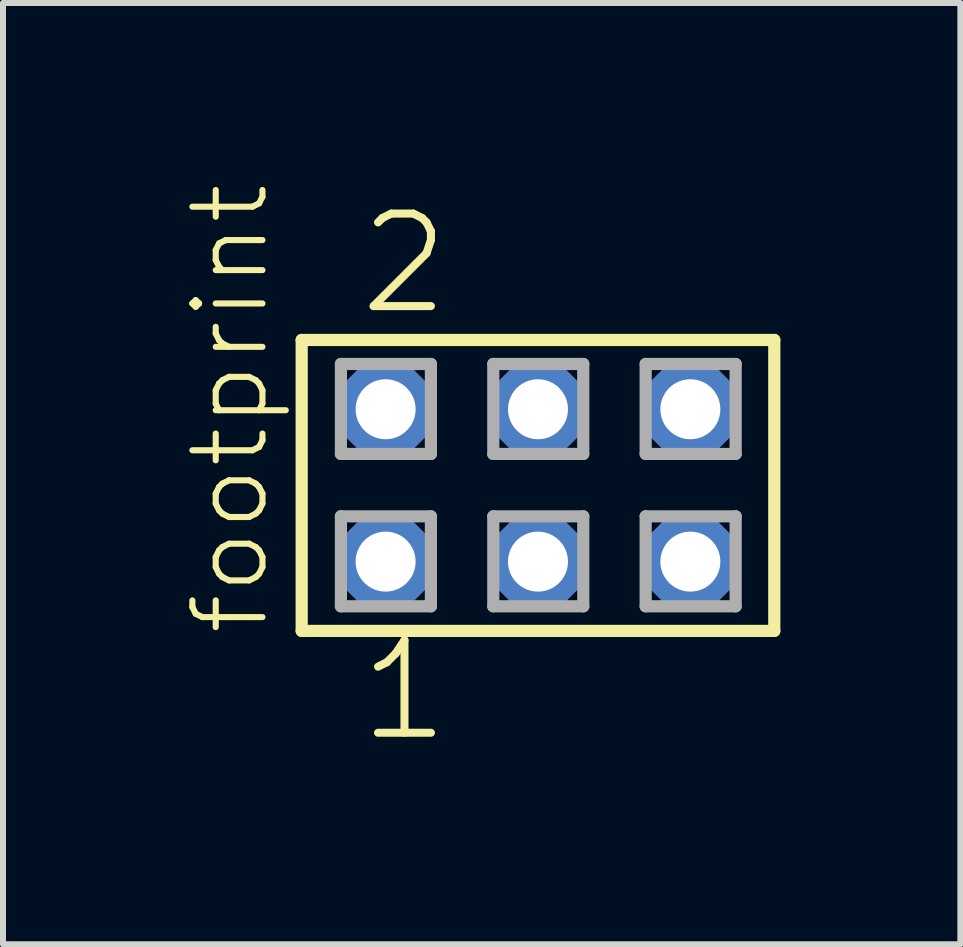
<source format=kicad_pcb>
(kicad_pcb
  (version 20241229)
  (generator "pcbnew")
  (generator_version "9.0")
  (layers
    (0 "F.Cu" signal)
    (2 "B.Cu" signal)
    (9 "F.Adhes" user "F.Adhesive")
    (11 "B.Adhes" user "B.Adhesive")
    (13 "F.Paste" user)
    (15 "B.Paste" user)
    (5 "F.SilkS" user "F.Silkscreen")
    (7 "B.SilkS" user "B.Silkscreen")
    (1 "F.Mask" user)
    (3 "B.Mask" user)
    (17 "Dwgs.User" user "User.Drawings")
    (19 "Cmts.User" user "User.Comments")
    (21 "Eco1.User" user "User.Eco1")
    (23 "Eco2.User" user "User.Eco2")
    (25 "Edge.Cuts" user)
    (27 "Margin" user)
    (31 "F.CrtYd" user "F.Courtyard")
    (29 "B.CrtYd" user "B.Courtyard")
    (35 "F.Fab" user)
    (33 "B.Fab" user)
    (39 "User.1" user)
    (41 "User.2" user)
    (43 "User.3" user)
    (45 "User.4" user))
  (footprint "footprint"
    (layer "F.Cu")
    (at 5.918 5.042)
    (property "Reference" "footprint" (at -4.445 2.54 90) (layer "F.SilkS") (effects (font (size 1.168 1.168) (thickness 0.102)) (justify left bottom)))
    (fp_line (start -3.939 -2.425) (end 3.939 -2.425) (stroke (width 0.203) (type solid)) (layer "F.SilkS"))
    (fp_line (start -3.939 2.425) (end -3.939 -2.425) (stroke (width 0.203) (type solid)) (layer "F.SilkS"))
    (fp_line (start 3.939 -2.425) (end 3.939 2.425) (stroke (width 0.203) (type solid)) (layer "F.SilkS"))
    (fp_line (start 3.939 2.425) (end -3.939 2.425) (stroke (width 0.203) (type solid)) (layer "F.SilkS"))
    (fp_line (start -3.285 -2.025) (end -1.785 -2.025) (stroke (width 0.203) (type solid)) (layer "F.Fab"))
    (fp_line (start -3.285 -0.525) (end -3.285 -2.025) (stroke (width 0.203) (type solid)) (layer "F.Fab"))
    (fp_line (start -3.285 0.515) (end -1.785 0.515) (stroke (width 0.203) (type solid)) (layer "F.Fab"))
    (fp_line (start -3.285 2.015) (end -3.285 0.515) (stroke (width 0.203) (type solid)) (layer "F.Fab"))
    (fp_line (start -1.785 -2.025) (end -1.785 -0.525) (stroke (width 0.203) (type solid)) (layer "F.Fab"))
    (fp_line (start -1.785 -0.525) (end -3.285 -0.525) (stroke (width 0.203) (type solid)) (layer "F.Fab"))
    (fp_line (start -1.785 0.515) (end -1.785 2.015) (stroke (width 0.203) (type solid)) (layer "F.Fab"))
    (fp_line (start -1.785 2.015) (end -3.285 2.015) (stroke (width 0.203) (type solid)) (layer "F.Fab"))
    (fp_line (start -0.745 -2.025) (end 0.755 -2.025) (stroke (width 0.203) (type solid)) (layer "F.Fab"))
    (fp_line (start -0.745 -0.525) (end -0.745 -2.025) (stroke (width 0.203) (type solid)) (layer "F.Fab"))
    (fp_line (start -0.745 0.515) (end 0.755 0.515) (stroke (width 0.203) (type solid)) (layer "F.Fab"))
    (fp_line (start -0.745 2.015) (end -0.745 0.515) (stroke (width 0.203) (type solid)) (layer "F.Fab"))
    (fp_line (start 0.755 -2.025) (end 0.755 -0.525) (stroke (width 0.203) (type solid)) (layer "F.Fab"))
    (fp_line (start 0.755 -0.525) (end -0.745 -0.525) (stroke (width 0.203) (type solid)) (layer "F.Fab"))
    (fp_line (start 0.755 0.515) (end 0.755 2.015) (stroke (width 0.203) (type solid)) (layer "F.Fab"))
    (fp_line (start 0.755 2.015) (end -0.745 2.015) (stroke (width 0.203) (type solid)) (layer "F.Fab"))
    (fp_line (start 1.795 -2.025) (end 3.295 -2.025) (stroke (width 0.203) (type solid)) (layer "F.Fab"))
    (fp_line (start 1.795 -0.525) (end 1.795 -2.025) (stroke (width 0.203) (type solid)) (layer "F.Fab"))
    (fp_line (start 1.795 0.515) (end 3.295 0.515) (stroke (width 0.203) (type solid)) (layer "F.Fab"))
    (fp_line (start 1.795 2.015) (end 1.795 0.515) (stroke (width 0.203) (type solid)) (layer "F.Fab"))
    (fp_line (start 3.295 -2.025) (end 3.295 -0.525) (stroke (width 0.203) (type solid)) (layer "F.Fab"))
    (fp_line (start 3.295 -0.525) (end 1.795 -0.525) (stroke (width 0.203) (type solid)) (layer "F.Fab"))
    (fp_line (start 3.295 0.515) (end 3.295 2.015) (stroke (width 0.203) (type solid)) (layer "F.Fab"))
    (fp_line (start 3.295 2.015) (end 1.795 2.015) (stroke (width 0.203) (type solid)) (layer "F.Fab"))
    (fp_text user "1" (at -3.048 4.318 0) (layer "F.SilkS") (effects (font (size 1.542 1.542) (thickness 0.134)) (justify left bottom)))
    (fp_text user "2" (at -3.048 -2.794 0) (layer "F.SilkS") (effects (font (size 1.542 1.542) (thickness 0.134)) (justify left bottom)))
    (pad "1" thru_hole roundrect (at -2.54 1.27) (size 1.5 1.5) (drill 1) (layers "*.Cu" "*.Mask") (roundrect_rratio 0.25) (chamfer_ratio 0.25) (chamfer top_left top_right bottom_left bottom_right))
    (pad "2" thru_hole roundrect (at -2.54 -1.27) (size 1.5 1.5) (drill 1) (layers "*.Cu" "*.Mask") (roundrect_rratio 0.25) (chamfer_ratio 0.25) (chamfer top_left top_right bottom_left bottom_right))
    (pad "3" thru_hole roundrect (at 0 1.27) (size 1.5 1.5) (drill 1) (layers "*.Cu" "*.Mask") (roundrect_rratio 0.25) (chamfer_ratio 0.25) (chamfer top_left top_right bottom_left bottom_right))
    (pad "4" thru_hole roundrect (at 0 -1.27) (size 1.5 1.5) (drill 1) (layers "*.Cu" "*.Mask") (roundrect_rratio 0.25) (chamfer_ratio 0.25) (chamfer top_left top_right bottom_left bottom_right))
    (pad "5" thru_hole roundrect (at 2.54 1.27) (size 1.5 1.5) (drill 1) (layers "*.Cu" "*.Mask") (roundrect_rratio 0.25) (chamfer_ratio 0.25) (chamfer top_left top_right bottom_left bottom_right))
    (pad "6" thru_hole roundrect (at 2.54 -1.27) (size 1.5 1.5) (drill 1) (layers "*.Cu" "*.Mask") (roundrect_rratio 0.25) (chamfer_ratio 0.25) (chamfer top_left top_right bottom_left bottom_right)))
  (gr_rect
    (start -3 -3)
    (end 12.959 12.691)
    (stroke (width 0.1) (type default))
    (fill no)
    (layer "Edge.Cuts")))
</source>
